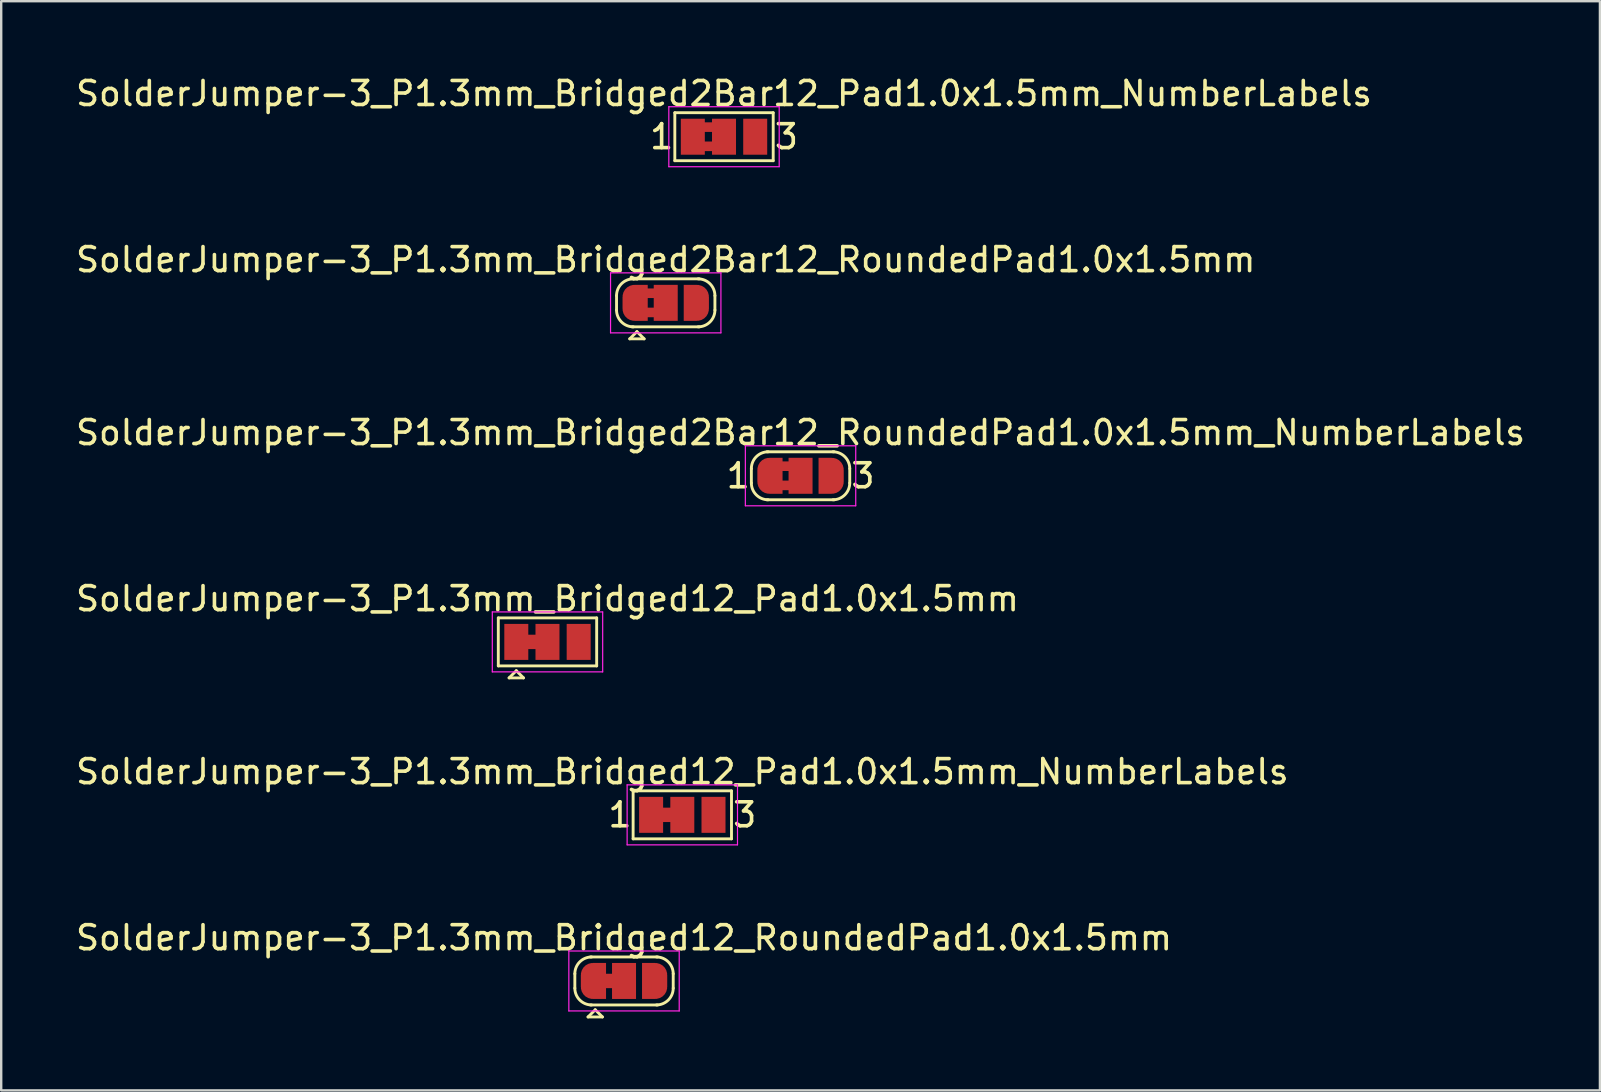
<source format=kicad_pcb>
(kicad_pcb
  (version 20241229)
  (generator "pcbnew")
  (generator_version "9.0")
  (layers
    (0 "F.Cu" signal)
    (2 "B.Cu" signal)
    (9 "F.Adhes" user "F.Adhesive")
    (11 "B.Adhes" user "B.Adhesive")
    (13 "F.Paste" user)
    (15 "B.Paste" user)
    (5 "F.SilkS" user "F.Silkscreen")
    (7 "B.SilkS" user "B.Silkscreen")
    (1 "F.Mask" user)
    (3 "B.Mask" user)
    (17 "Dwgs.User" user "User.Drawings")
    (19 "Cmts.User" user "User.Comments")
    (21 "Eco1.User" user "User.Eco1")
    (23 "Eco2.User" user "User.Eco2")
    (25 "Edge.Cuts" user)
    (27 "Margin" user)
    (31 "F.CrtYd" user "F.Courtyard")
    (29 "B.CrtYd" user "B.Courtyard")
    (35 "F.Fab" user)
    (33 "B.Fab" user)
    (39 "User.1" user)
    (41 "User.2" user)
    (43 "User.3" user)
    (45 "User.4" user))
  (footprint "SolderJumper-3_P1.3mm_Bridged12_Pad1.0x1.5mm"
    (layer "F.Cu")
    (at 19.768 23.703)
    (property "Reference" "SolderJumper-3_P1.3mm_Bridged12_Pad1.0x1.5mm" (at 0 -1.8 0) (layer "F.SilkS") (effects (font (size 1 1) (thickness 0.15))))
    (attr exclude_from_pos_files exclude_from_bom allow_soldermask_bridges)
    (fp_poly (pts (xy -0.9 -0.3) (xy -0.4 -0.3) (xy -0.4 0.3) (xy -0.9 0.3)) (stroke (width 0) (type solid)) (fill yes) (layer "F.Cu"))
    (fp_rect (start -0.8 -0.75) (end 0.8 0.75) (stroke (width 0) (type default)) (fill yes) (layer "F.Mask"))
    (fp_line (start -2.05 -1) (end 2.05 -1) (stroke (width 0.12) (type solid)) (layer "F.SilkS"))
    (fp_line (start -2.05 1) (end -2.05 -1) (stroke (width 0.12) (type solid)) (layer "F.SilkS"))
    (fp_line (start -1.6 1.5) (end -1 1.5) (stroke (width 0.12) (type solid)) (layer "F.SilkS"))
    (fp_line (start -1.3 1.2) (end -1.6 1.5) (stroke (width 0.12) (type solid)) (layer "F.SilkS"))
    (fp_line (start -1.3 1.2) (end -1 1.5) (stroke (width 0.12) (type solid)) (layer "F.SilkS"))
    (fp_line (start 2.05 -1) (end 2.05 1) (stroke (width 0.12) (type solid)) (layer "F.SilkS"))
    (fp_line (start 2.05 1) (end -2.05 1) (stroke (width 0.12) (type solid)) (layer "F.SilkS"))
    (fp_line (start -2.3 -1.25) (end -2.3 1.25) (stroke (width 0.05) (type solid)) (layer "F.CrtYd"))
    (fp_line (start -2.3 -1.25) (end 2.3 -1.25) (stroke (width 0.05) (type solid)) (layer "F.CrtYd"))
    (fp_line (start 2.3 1.25) (end -2.3 1.25) (stroke (width 0.05) (type solid)) (layer "F.CrtYd"))
    (fp_line (start 2.3 1.25) (end 2.3 -1.25) (stroke (width 0.05) (type solid)) (layer "F.CrtYd"))
    (pad "1" smd rect (at -1.3 0) (size 1 1.5) (layers "F.Cu" "F.Mask"))
    (pad "2" smd rect (at 0 0) (size 1 1.5) (layers "F.Cu" "F.Mask"))
    (pad "3" smd rect (at 1.3 0) (size 1 1.5) (layers "F.Cu" "F.Mask")))
  (footprint "SolderJumper-3_P1.3mm_Bridged2Bar12_RoundedPad1.0x1.5mm"
    (layer "F.Cu")
    (at 24.696 9.572)
    (property "Reference" "SolderJumper-3_P1.3mm_Bridged2Bar12_RoundedPad1.0x1.5mm" (at 0 -1.8 0) (layer "F.SilkS") (effects (font (size 1 1) (thickness 0.15))))
    (attr exclude_from_pos_files exclude_from_bom allow_soldermask_bridges)
    (fp_poly (pts (xy -0.9 -0.6) (xy -0.4 -0.6) (xy -0.4 -0.2) (xy -0.9 -0.2)) (stroke (width 0) (type solid)) (fill yes) (layer "F.Cu"))
    (fp_poly (pts (xy -0.9 0.2) (xy -0.4 0.2) (xy -0.4 0.6) (xy -0.9 0.6)) (stroke (width 0) (type solid)) (fill yes) (layer "F.Cu"))
    (fp_rect (start -0.75 -0.75) (end 0.75 0.75) (stroke (width 0) (type default)) (fill yes) (layer "F.Mask"))
    (fp_line (start -2.05 0.3) (end -2.05 -0.3) (stroke (width 0.12) (type solid)) (layer "F.SilkS"))
    (fp_line (start -1.5 1.5) (end -0.9 1.5) (stroke (width 0.12) (type solid)) (layer "F.SilkS"))
    (fp_line (start -1.4 -1) (end 1.4 -1) (stroke (width 0.12) (type solid)) (layer "F.SilkS"))
    (fp_line (start -1.2 1.2) (end -1.5 1.5) (stroke (width 0.12) (type solid)) (layer "F.SilkS"))
    (fp_line (start -1.2 1.2) (end -0.9 1.5) (stroke (width 0.12) (type solid)) (layer "F.SilkS"))
    (fp_line (start 1.4 1) (end -1.4 1) (stroke (width 0.12) (type solid)) (layer "F.SilkS"))
    (fp_line (start 2.05 -0.3) (end 2.05 0.3) (stroke (width 0.12) (type solid)) (layer "F.SilkS"))
    (fp_arc (start -2.05 -0.3) (mid -1.844975 -0.794975) (end -1.35 -1) (stroke (width 0.12) (type solid)) (layer "F.SilkS"))
    (fp_arc (start -1.35 1) (mid -1.844975 0.794975) (end -2.05 0.3) (stroke (width 0.12) (type solid)) (layer "F.SilkS"))
    (fp_arc (start 1.35 -1) (mid 1.844975 -0.794975) (end 2.05 -0.3) (stroke (width 0.12) (type solid)) (layer "F.SilkS"))
    (fp_arc (start 2.05 0.3) (mid 1.844975 0.794975) (end 1.35 1) (stroke (width 0.12) (type solid)) (layer "F.SilkS"))
    (fp_line (start -2.3 -1.25) (end -2.3 1.25) (stroke (width 0.05) (type solid)) (layer "F.CrtYd"))
    (fp_line (start -2.3 -1.25) (end 2.3 -1.25) (stroke (width 0.05) (type solid)) (layer "F.CrtYd"))
    (fp_line (start 2.3 1.25) (end -2.3 1.25) (stroke (width 0.05) (type solid)) (layer "F.CrtYd"))
    (fp_line (start 2.3 1.25) (end 2.3 -1.25) (stroke (width 0.05) (type solid)) (layer "F.CrtYd"))
    (pad "1" smd custom (at -1.3 0) (size 1 0.5) (layers "F.Cu" "F.Mask") (options (anchor rect)) (primitives (gr_circle (center 0 0.25) (end 0.5 0.25) (width 0) (fill yes)) (gr_circle (center 0 -0.25) (end 0.5 -0.25) (width 0) (fill yes)) (gr_poly (pts (xy 0.55 0.75) (xy 0 0.75) (xy 0 -0.75) (xy 0.55 -0.75)) (width 0) (fill yes))))
    (pad "2" smd rect (at 0 0) (size 1 1.5) (layers "F.Cu" "F.Mask"))
    (pad "3" smd custom (at 1.3 0) (size 1 0.5) (layers "F.Cu" "F.Mask") (options (anchor rect)) (primitives (gr_circle (center 0 0.25) (end 0.5 0.25) (width 0) (fill yes)) (gr_circle (center 0 -0.25) (end 0.5 -0.25) (width 0) (fill yes)) (gr_poly (pts (xy 0 0.75) (xy -0.55 0.75) (xy -0.55 -0.75) (xy 0 -0.75)) (width 0) (fill yes)))))
  (footprint "SolderJumper-3_P1.3mm_Bridged2Bar12_RoundedPad1.0x1.5mm_NumberLabels"
    (layer "F.Cu")
    (at 30.315 16.78)
    (property "Reference" "SolderJumper-3_P1.3mm_Bridged2Bar12_RoundedPad1.0x1.5mm_NumberLabels" (at 0 -1.8 0) (layer "F.SilkS") (effects (font (size 1 1) (thickness 0.15))))
    (attr exclude_from_pos_files exclude_from_bom allow_soldermask_bridges)
    (fp_poly (pts (xy -0.9 -0.6) (xy -0.4 -0.6) (xy -0.4 -0.2) (xy -0.9 -0.2)) (stroke (width 0) (type solid)) (fill yes) (layer "F.Cu"))
    (fp_poly (pts (xy -0.9 0.2) (xy -0.4 0.2) (xy -0.4 0.6) (xy -0.9 0.6)) (stroke (width 0) (type solid)) (fill yes) (layer "F.Cu"))
    (fp_rect (start -0.75 -0.75) (end 0.75 0.75) (stroke (width 0) (type default)) (fill yes) (layer "F.Mask"))
    (fp_line (start -2.05 0.3) (end -2.05 -0.3) (stroke (width 0.12) (type solid)) (layer "F.SilkS"))
    (fp_line (start -1.4 -1) (end 1.4 -1) (stroke (width 0.12) (type solid)) (layer "F.SilkS"))
    (fp_line (start 1.4 1) (end -1.4 1) (stroke (width 0.12) (type solid)) (layer "F.SilkS"))
    (fp_line (start 2.05 -0.3) (end 2.05 0.3) (stroke (width 0.12) (type solid)) (layer "F.SilkS"))
    (fp_arc (start -2.05 -0.3) (mid -1.844975 -0.794975) (end -1.35 -1) (stroke (width 0.12) (type solid)) (layer "F.SilkS"))
    (fp_arc (start -1.35 1) (mid -1.844975 0.794975) (end -2.05 0.3) (stroke (width 0.12) (type solid)) (layer "F.SilkS"))
    (fp_arc (start 1.35 -1) (mid 1.844975 -0.794975) (end 2.05 -0.3) (stroke (width 0.12) (type solid)) (layer "F.SilkS"))
    (fp_arc (start 2.05 0.3) (mid 1.844975 0.794975) (end 1.35 1) (stroke (width 0.12) (type solid)) (layer "F.SilkS"))
    (fp_line (start -2.3 -1.25) (end -2.3 1.25) (stroke (width 0.05) (type solid)) (layer "F.CrtYd"))
    (fp_line (start -2.3 -1.25) (end 2.3 -1.25) (stroke (width 0.05) (type solid)) (layer "F.CrtYd"))
    (fp_line (start 2.3 1.25) (end -2.3 1.25) (stroke (width 0.05) (type solid)) (layer "F.CrtYd"))
    (fp_line (start 2.3 1.25) (end 2.3 -1.25) (stroke (width 0.05) (type solid)) (layer "F.CrtYd"))
    (fp_text user "3" (at 2.6 0 0) (layer "F.SilkS") (effects (font (size 1 1) (thickness 0.15))))
    (fp_text user "1" (at -2.6 0 0) (layer "F.SilkS") (effects (font (size 1 1) (thickness 0.15))))
    (pad "1" smd custom (at -1.3 0) (size 1 0.5) (layers "F.Cu" "F.Mask") (options (anchor rect)) (primitives (gr_circle (center 0 0.25) (end 0.5 0.25) (width 0) (fill yes)) (gr_circle (center 0 -0.25) (end 0.5 -0.25) (width 0) (fill yes)) (gr_poly (pts (xy 0.55 0.75) (xy 0 0.75) (xy 0 -0.75) (xy 0.55 -0.75)) (width 0) (fill yes))))
    (pad "2" smd rect (at 0 0) (size 1 1.5) (layers "F.Cu" "F.Mask"))
    (pad "3" smd custom (at 1.3 0) (size 1 0.5) (layers "F.Cu" "F.Mask") (options (anchor rect)) (primitives (gr_circle (center 0 0.25) (end 0.5 0.25) (width 0) (fill yes)) (gr_circle (center 0 -0.25) (end 0.5 -0.25) (width 0) (fill yes)) (gr_poly (pts (xy 0 0.75) (xy -0.55 0.75) (xy -0.55 -0.75) (xy 0 -0.75)) (width 0) (fill yes)))))
  (footprint "SolderJumper-3_P1.3mm_Bridged12_RoundedPad1.0x1.5mm"
    (layer "F.Cu")
    (at 22.958 37.834)
    (property "Reference" "SolderJumper-3_P1.3mm_Bridged12_RoundedPad1.0x1.5mm" (at 0 -1.8 0) (layer "F.SilkS") (effects (font (size 1 1) (thickness 0.15))))
    (attr exclude_from_pos_files exclude_from_bom allow_soldermask_bridges)
    (fp_poly (pts (xy -0.9 -0.3) (xy -0.4 -0.3) (xy -0.4 0.3) (xy -0.9 0.3)) (stroke (width 0) (type solid)) (fill yes) (layer "F.Cu"))
    (fp_rect (start -0.75 -0.75) (end 0.75 0.75) (stroke (width 0) (type default)) (fill yes) (layer "F.Mask"))
    (fp_line (start -2.05 0.3) (end -2.05 -0.3) (stroke (width 0.12) (type solid)) (layer "F.SilkS"))
    (fp_line (start -1.5 1.5) (end -0.9 1.5) (stroke (width 0.12) (type solid)) (layer "F.SilkS"))
    (fp_line (start -1.4 -1) (end 1.4 -1) (stroke (width 0.12) (type solid)) (layer "F.SilkS"))
    (fp_line (start -1.2 1.2) (end -1.5 1.5) (stroke (width 0.12) (type solid)) (layer "F.SilkS"))
    (fp_line (start -1.2 1.2) (end -0.9 1.5) (stroke (width 0.12) (type solid)) (layer "F.SilkS"))
    (fp_line (start 1.4 1) (end -1.4 1) (stroke (width 0.12) (type solid)) (layer "F.SilkS"))
    (fp_line (start 2.05 -0.3) (end 2.05 0.3) (stroke (width 0.12) (type solid)) (layer "F.SilkS"))
    (fp_arc (start -2.05 -0.3) (mid -1.844975 -0.794975) (end -1.35 -1) (stroke (width 0.12) (type solid)) (layer "F.SilkS"))
    (fp_arc (start -1.35 1) (mid -1.844975 0.794975) (end -2.05 0.3) (stroke (width 0.12) (type solid)) (layer "F.SilkS"))
    (fp_arc (start 1.35 -1) (mid 1.844975 -0.794975) (end 2.05 -0.3) (stroke (width 0.12) (type solid)) (layer "F.SilkS"))
    (fp_arc (start 2.05 0.3) (mid 1.844975 0.794975) (end 1.35 1) (stroke (width 0.12) (type solid)) (layer "F.SilkS"))
    (fp_line (start -2.3 -1.25) (end -2.3 1.25) (stroke (width 0.05) (type solid)) (layer "F.CrtYd"))
    (fp_line (start -2.3 -1.25) (end 2.3 -1.25) (stroke (width 0.05) (type solid)) (layer "F.CrtYd"))
    (fp_line (start 2.3 1.25) (end -2.3 1.25) (stroke (width 0.05) (type solid)) (layer "F.CrtYd"))
    (fp_line (start 2.3 1.25) (end 2.3 -1.25) (stroke (width 0.05) (type solid)) (layer "F.CrtYd"))
    (pad "1" smd custom (at -1.3 0) (size 1 0.5) (layers "F.Cu" "F.Mask") (options (anchor rect)) (primitives (gr_circle (center 0 0.25) (end 0.5 0.25) (width 0) (fill yes)) (gr_circle (center 0 -0.25) (end 0.5 -0.25) (width 0) (fill yes)) (gr_poly (pts (xy 0.55 0.75) (xy 0 0.75) (xy 0 -0.75) (xy 0.55 -0.75)) (width 0) (fill yes))))
    (pad "2" smd rect (at 0 0) (size 1 1.5) (layers "F.Cu" "F.Mask"))
    (pad "3" smd custom (at 1.3 0) (size 1 0.5) (layers "F.Cu" "F.Mask") (options (anchor rect)) (primitives (gr_circle (center 0 0.25) (end 0.5 0.25) (width 0) (fill yes)) (gr_circle (center 0 -0.25) (end 0.5 -0.25) (width 0) (fill yes)) (gr_poly (pts (xy 0 0.75) (xy -0.55 0.75) (xy -0.55 -0.75) (xy 0 -0.75)) (width 0) (fill yes)))))
  (footprint "SolderJumper-3_P1.3mm_Bridged12_Pad1.0x1.5mm_NumberLabels"
    (layer "F.Cu")
    (at 25.387 30.911)
    (property "Reference" "SolderJumper-3_P1.3mm_Bridged12_Pad1.0x1.5mm_NumberLabels" (at 0 -1.8 0) (layer "F.SilkS") (effects (font (size 1 1) (thickness 0.15))))
    (attr exclude_from_pos_files exclude_from_bom allow_soldermask_bridges)
    (fp_poly (pts (xy -0.9 -0.3) (xy -0.4 -0.3) (xy -0.4 0.3) (xy -0.9 0.3)) (stroke (width 0) (type solid)) (fill yes) (layer "F.Cu"))
    (fp_rect (start -0.8 -0.75) (end 0.8 0.75) (stroke (width 0) (type default)) (fill yes) (layer "F.Mask"))
    (fp_line (start -2.05 -1) (end 2.05 -1) (stroke (width 0.12) (type solid)) (layer "F.SilkS"))
    (fp_line (start -2.05 1) (end -2.05 -1) (stroke (width 0.12) (type solid)) (layer "F.SilkS"))
    (fp_line (start 2.05 -1) (end 2.05 1) (stroke (width 0.12) (type solid)) (layer "F.SilkS"))
    (fp_line (start 2.05 1) (end -2.05 1) (stroke (width 0.12) (type solid)) (layer "F.SilkS"))
    (fp_line (start -2.3 -1.25) (end -2.3 1.25) (stroke (width 0.05) (type solid)) (layer "F.CrtYd"))
    (fp_line (start -2.3 -1.25) (end 2.3 -1.25) (stroke (width 0.05) (type solid)) (layer "F.CrtYd"))
    (fp_line (start 2.3 1.25) (end -2.3 1.25) (stroke (width 0.05) (type solid)) (layer "F.CrtYd"))
    (fp_line (start 2.3 1.25) (end 2.3 -1.25) (stroke (width 0.05) (type solid)) (layer "F.CrtYd"))
    (fp_text user "3" (at 2.6 0 0) (layer "F.SilkS") (effects (font (size 1 1) (thickness 0.15))))
    (fp_text user "1" (at -2.6 0 0) (layer "F.SilkS") (effects (font (size 1 1) (thickness 0.15))))
    (pad "1" smd rect (at -1.3 0) (size 1 1.5) (layers "F.Cu" "F.Mask"))
    (pad "2" smd rect (at 0 0) (size 1 1.5) (layers "F.Cu" "F.Mask"))
    (pad "3" smd rect (at 1.3 0) (size 1 1.5) (layers "F.Cu" "F.Mask")))
  (footprint "SolderJumper-3_P1.3mm_Bridged2Bar12_Pad1.0x1.5mm_NumberLabels"
    (layer "F.Cu")
    (at 27.125 2.648)
    (property "Reference" "SolderJumper-3_P1.3mm_Bridged2Bar12_Pad1.0x1.5mm_NumberLabels" (at 0 -1.8 0) (layer "F.SilkS") (effects (font (size 1 1) (thickness 0.15))))
    (attr exclude_from_pos_files exclude_from_bom allow_soldermask_bridges)
    (fp_poly (pts (xy -0.9 -0.6) (xy -0.4 -0.6) (xy -0.4 -0.2) (xy -0.9 -0.2)) (stroke (width 0) (type solid)) (fill yes) (layer "F.Cu"))
    (fp_poly (pts (xy -0.9 0.2) (xy -0.4 0.2) (xy -0.4 0.6) (xy -0.9 0.6)) (stroke (width 0) (type solid)) (fill yes) (layer "F.Cu"))
    (fp_rect (start -0.8 -0.75) (end 0.8 0.75) (stroke (width 0) (type default)) (fill yes) (layer "F.Mask"))
    (fp_line (start -2.05 -1) (end 2.05 -1) (stroke (width 0.12) (type solid)) (layer "F.SilkS"))
    (fp_line (start -2.05 1) (end -2.05 -1) (stroke (width 0.12) (type solid)) (layer "F.SilkS"))
    (fp_line (start 2.05 -1) (end 2.05 1) (stroke (width 0.12) (type solid)) (layer "F.SilkS"))
    (fp_line (start 2.05 1) (end -2.05 1) (stroke (width 0.12) (type solid)) (layer "F.SilkS"))
    (fp_line (start -2.3 -1.25) (end -2.3 1.25) (stroke (width 0.05) (type solid)) (layer "F.CrtYd"))
    (fp_line (start -2.3 -1.25) (end 2.3 -1.25) (stroke (width 0.05) (type solid)) (layer "F.CrtYd"))
    (fp_line (start 2.3 1.25) (end -2.3 1.25) (stroke (width 0.05) (type solid)) (layer "F.CrtYd"))
    (fp_line (start 2.3 1.25) (end 2.3 -1.25) (stroke (width 0.05) (type solid)) (layer "F.CrtYd"))
    (fp_text user "3" (at 2.6 0 0) (layer "F.SilkS") (effects (font (size 1 1) (thickness 0.15))))
    (fp_text user "1" (at -2.6 0 0) (layer "F.SilkS") (effects (font (size 1 1) (thickness 0.15))))
    (pad "1" smd rect (at -1.3 0) (size 1 1.5) (layers "F.Cu" "F.Mask"))
    (pad "2" smd rect (at 0 0) (size 1 1.5) (layers "F.Cu" "F.Mask"))
    (pad "3" smd rect (at 1.3 0) (size 1 1.5) (layers "F.Cu" "F.Mask")))
  (gr_rect
    (start -3 -3)
    (end 63.631 42.395)
    (stroke (width 0.1) (type default))
    (fill no)
    (layer "Edge.Cuts")))
</source>
